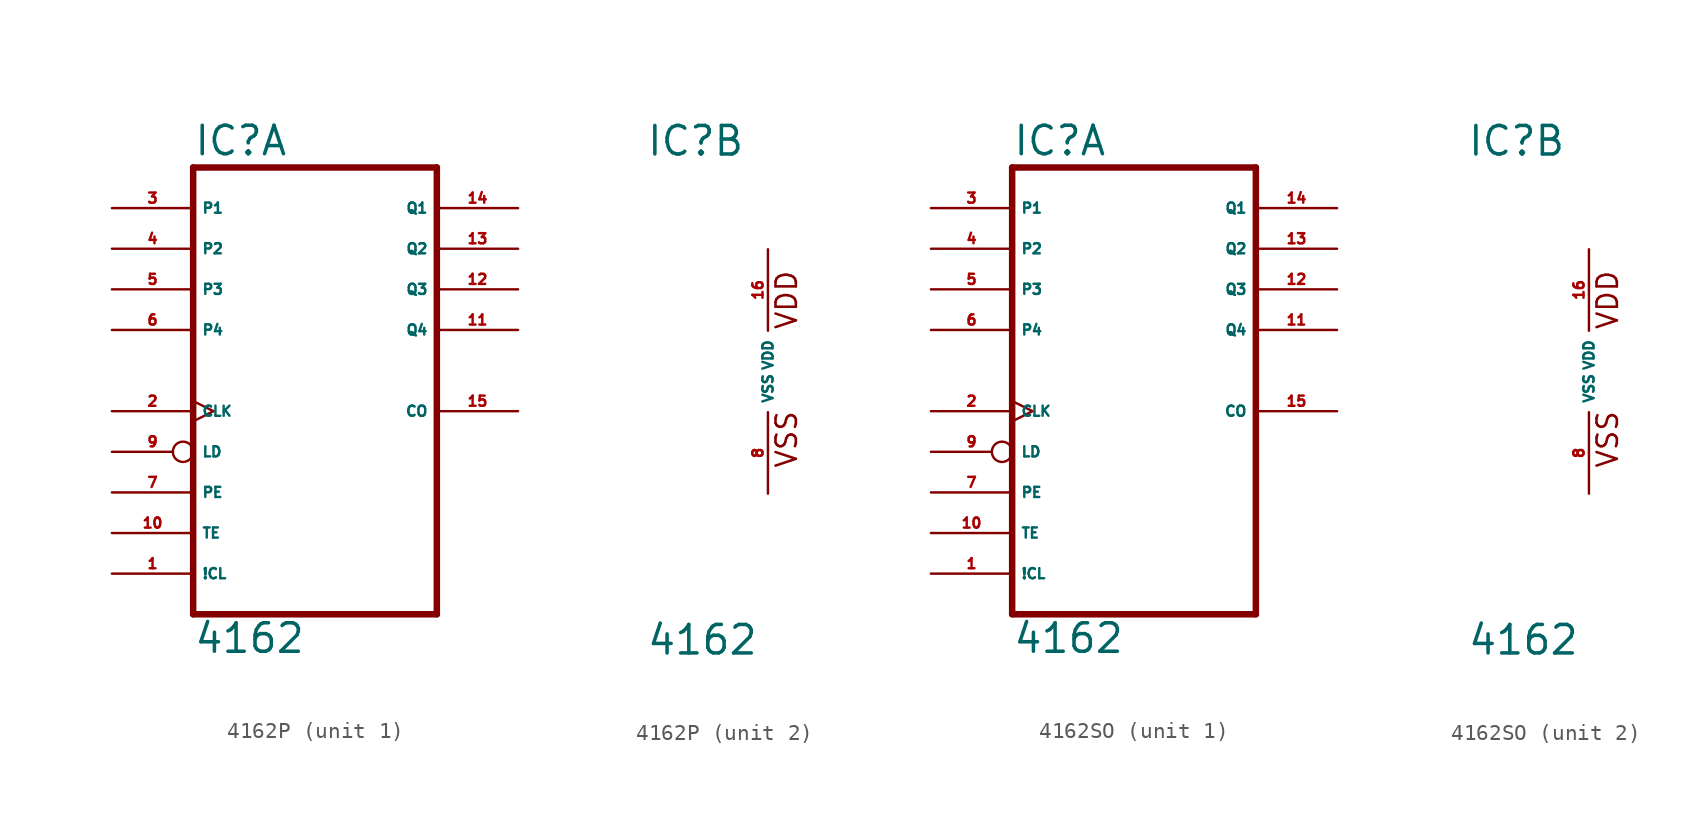
<source format=kicad_sym>
(kicad_symbol_lib
  (version 20220914)
  (generator Eagle2Kicad)
  (symbol "4162P"
    (property "Reference" "IC"
      (at -7.62 13.335 0)
      (effects (font (size 1.778 1.778) (thickness 0.22)) (justify left bottom)))
    (property "Value" "4162"
      (at -7.62 -17.78 0)
      (effects (font (size 1.778 1.778) (thickness 0.22)) (justify left bottom)))
    (symbol "4162P_1_0"
      (polyline (pts (xy -7.62 -15.24) (xy 7.62 -15.24)) (stroke (width 0.406) (type default)) (fill (type none)))
      (polyline (pts (xy 7.62 -15.24) (xy 7.62 12.7)) (stroke (width 0.406) (type default)) (fill (type none)))
      (polyline (pts (xy 7.62 12.7) (xy -7.62 12.7)) (stroke (width 0.406) (type default)) (fill (type none)))
      (polyline (pts (xy -7.62 12.7) (xy -7.62 -15.24)) (stroke (width 0.406) (type default)) (fill (type none)))
      (pin input line (at -12.7 -12.7 0) (length 5.08) (name "!CL" (effects (font (size 0.635 0.635) (thickness 0.08)) (justify left bottom))) (number "1" (effects (font (size 0.635 0.635) (thickness 0.08)) (justify left bottom))))
      (pin input clock (at -12.7 -2.54 0) (length 5.08) (name "CLK" (effects (font (size 0.635 0.635) (thickness 0.08)) (justify left bottom))) (number "2" (effects (font (size 0.635 0.635) (thickness 0.08)) (justify left bottom))))
      (pin input line (at -12.7 10.16 0) (length 5.08) (name "P1" (effects (font (size 0.635 0.635) (thickness 0.08)) (justify left bottom))) (number "3" (effects (font (size 0.635 0.635) (thickness 0.08)) (justify left bottom))))
      (pin input line (at -12.7 7.62 0) (length 5.08) (name "P2" (effects (font (size 0.635 0.635) (thickness 0.08)) (justify left bottom))) (number "4" (effects (font (size 0.635 0.635) (thickness 0.08)) (justify left bottom))))
      (pin input line (at -12.7 5.08 0) (length 5.08) (name "P3" (effects (font (size 0.635 0.635) (thickness 0.08)) (justify left bottom))) (number "5" (effects (font (size 0.635 0.635) (thickness 0.08)) (justify left bottom))))
      (pin input line (at -12.7 2.54 0) (length 5.08) (name "P4" (effects (font (size 0.635 0.635) (thickness 0.08)) (justify left bottom))) (number "6" (effects (font (size 0.635 0.635) (thickness 0.08)) (justify left bottom))))
      (pin input line (at -12.7 -7.62 0) (length 5.08) (name "PE" (effects (font (size 0.635 0.635) (thickness 0.08)) (justify left bottom))) (number "7" (effects (font (size 0.635 0.635) (thickness 0.08)) (justify left bottom))))
      (pin input inverted (at -12.7 -5.08 0) (length 5.08) (name "LD" (effects (font (size 0.635 0.635) (thickness 0.08)) (justify left bottom))) (number "9" (effects (font (size 0.635 0.635) (thickness 0.08)) (justify left bottom))))
      (pin input line (at -12.7 -10.16 0) (length 5.08) (name "TE" (effects (font (size 0.635 0.635) (thickness 0.08)) (justify left bottom))) (number "10" (effects (font (size 0.635 0.635) (thickness 0.08)) (justify left bottom))))
      (pin output line (at 12.7 2.54 180) (length 5.08) (name "Q4" (effects (font (size 0.635 0.635) (thickness 0.08)) (justify left bottom))) (number "11" (effects (font (size 0.635 0.635) (thickness 0.08)) (justify left bottom))))
      (pin output line (at 12.7 5.08 180) (length 5.08) (name "Q3" (effects (font (size 0.635 0.635) (thickness 0.08)) (justify left bottom))) (number "12" (effects (font (size 0.635 0.635) (thickness 0.08)) (justify left bottom))))
      (pin output line (at 12.7 7.62 180) (length 5.08) (name "Q2" (effects (font (size 0.635 0.635) (thickness 0.08)) (justify left bottom))) (number "13" (effects (font (size 0.635 0.635) (thickness 0.08)) (justify left bottom))))
      (pin output line (at 12.7 10.16 180) (length 5.08) (name "Q1" (effects (font (size 0.635 0.635) (thickness 0.08)) (justify left bottom))) (number "14" (effects (font (size 0.635 0.635) (thickness 0.08)) (justify left bottom))))
      (pin output line (at 12.7 -2.54 180) (length 5.08) (name "CO" (effects (font (size 0.635 0.635) (thickness 0.08)) (justify left bottom))) (number "15" (effects (font (size 0.635 0.635) (thickness 0.08)) (justify left bottom)))))
    (symbol "4162P_2_0"
      (text "VDD" (at 1.905 2.54 900) (effects (font (size 1.27 1.27) (thickness 0.16)) (justify left bottom)))
      (text "VSS" (at 1.905 -6.096 900) (effects (font (size 1.27 1.27) (thickness 0.16)) (justify left bottom)))
      (pin unspecified line (at 0 -7.62 90) (length 5.08) (name "VSS" (effects (font (size 0.635 0.635) (thickness 0.08)) (justify left bottom))) (number "8" (effects (font (size 0.635 0.635) (thickness 0.08)) (justify left bottom))))
      (pin unspecified line (at 0 7.62 270) (length 5.08) (name "VDD" (effects (font (size 0.635 0.635) (thickness 0.08)) (justify left bottom))) (number "16" (effects (font (size 0.635 0.635) (thickness 0.08)) (justify left bottom))))))
  (symbol "4162SO"
    (property "Reference" "IC"
      (at -7.62 13.335 0)
      (effects (font (size 1.778 1.778) (thickness 0.22)) (justify left bottom)))
    (property "Value" "4162"
      (at -7.62 -17.78 0)
      (effects (font (size 1.778 1.778) (thickness 0.22)) (justify left bottom)))
    (symbol "4162SO_1_0"
      (polyline (pts (xy -7.62 -15.24) (xy 7.62 -15.24)) (stroke (width 0.406) (type default)) (fill (type none)))
      (polyline (pts (xy 7.62 -15.24) (xy 7.62 12.7)) (stroke (width 0.406) (type default)) (fill (type none)))
      (polyline (pts (xy 7.62 12.7) (xy -7.62 12.7)) (stroke (width 0.406) (type default)) (fill (type none)))
      (polyline (pts (xy -7.62 12.7) (xy -7.62 -15.24)) (stroke (width 0.406) (type default)) (fill (type none)))
      (pin input line (at -12.7 -12.7 0) (length 5.08) (name "!CL" (effects (font (size 0.635 0.635) (thickness 0.08)) (justify left bottom))) (number "1" (effects (font (size 0.635 0.635) (thickness 0.08)) (justify left bottom))))
      (pin input clock (at -12.7 -2.54 0) (length 5.08) (name "CLK" (effects (font (size 0.635 0.635) (thickness 0.08)) (justify left bottom))) (number "2" (effects (font (size 0.635 0.635) (thickness 0.08)) (justify left bottom))))
      (pin input line (at -12.7 10.16 0) (length 5.08) (name "P1" (effects (font (size 0.635 0.635) (thickness 0.08)) (justify left bottom))) (number "3" (effects (font (size 0.635 0.635) (thickness 0.08)) (justify left bottom))))
      (pin input line (at -12.7 7.62 0) (length 5.08) (name "P2" (effects (font (size 0.635 0.635) (thickness 0.08)) (justify left bottom))) (number "4" (effects (font (size 0.635 0.635) (thickness 0.08)) (justify left bottom))))
      (pin input line (at -12.7 5.08 0) (length 5.08) (name "P3" (effects (font (size 0.635 0.635) (thickness 0.08)) (justify left bottom))) (number "5" (effects (font (size 0.635 0.635) (thickness 0.08)) (justify left bottom))))
      (pin input line (at -12.7 2.54 0) (length 5.08) (name "P4" (effects (font (size 0.635 0.635) (thickness 0.08)) (justify left bottom))) (number "6" (effects (font (size 0.635 0.635) (thickness 0.08)) (justify left bottom))))
      (pin input line (at -12.7 -7.62 0) (length 5.08) (name "PE" (effects (font (size 0.635 0.635) (thickness 0.08)) (justify left bottom))) (number "7" (effects (font (size 0.635 0.635) (thickness 0.08)) (justify left bottom))))
      (pin input inverted (at -12.7 -5.08 0) (length 5.08) (name "LD" (effects (font (size 0.635 0.635) (thickness 0.08)) (justify left bottom))) (number "9" (effects (font (size 0.635 0.635) (thickness 0.08)) (justify left bottom))))
      (pin input line (at -12.7 -10.16 0) (length 5.08) (name "TE" (effects (font (size 0.635 0.635) (thickness 0.08)) (justify left bottom))) (number "10" (effects (font (size 0.635 0.635) (thickness 0.08)) (justify left bottom))))
      (pin output line (at 12.7 2.54 180) (length 5.08) (name "Q4" (effects (font (size 0.635 0.635) (thickness 0.08)) (justify left bottom))) (number "11" (effects (font (size 0.635 0.635) (thickness 0.08)) (justify left bottom))))
      (pin output line (at 12.7 5.08 180) (length 5.08) (name "Q3" (effects (font (size 0.635 0.635) (thickness 0.08)) (justify left bottom))) (number "12" (effects (font (size 0.635 0.635) (thickness 0.08)) (justify left bottom))))
      (pin output line (at 12.7 7.62 180) (length 5.08) (name "Q2" (effects (font (size 0.635 0.635) (thickness 0.08)) (justify left bottom))) (number "13" (effects (font (size 0.635 0.635) (thickness 0.08)) (justify left bottom))))
      (pin output line (at 12.7 10.16 180) (length 5.08) (name "Q1" (effects (font (size 0.635 0.635) (thickness 0.08)) (justify left bottom))) (number "14" (effects (font (size 0.635 0.635) (thickness 0.08)) (justify left bottom))))
      (pin output line (at 12.7 -2.54 180) (length 5.08) (name "CO" (effects (font (size 0.635 0.635) (thickness 0.08)) (justify left bottom))) (number "15" (effects (font (size 0.635 0.635) (thickness 0.08)) (justify left bottom)))))
    (symbol "4162SO_2_0"
      (text "VDD" (at 1.905 2.54 900) (effects (font (size 1.27 1.27) (thickness 0.16)) (justify left bottom)))
      (text "VSS" (at 1.905 -6.096 900) (effects (font (size 1.27 1.27) (thickness 0.16)) (justify left bottom)))
      (pin unspecified line (at 0 -7.62 90) (length 5.08) (name "VSS" (effects (font (size 0.635 0.635) (thickness 0.08)) (justify left bottom))) (number "8" (effects (font (size 0.635 0.635) (thickness 0.08)) (justify left bottom))))
      (pin unspecified line (at 0 7.62 270) (length 5.08) (name "VDD" (effects (font (size 0.635 0.635) (thickness 0.08)) (justify left bottom))) (number "16" (effects (font (size 0.635 0.635) (thickness 0.08)) (justify left bottom)))))))
</source>
